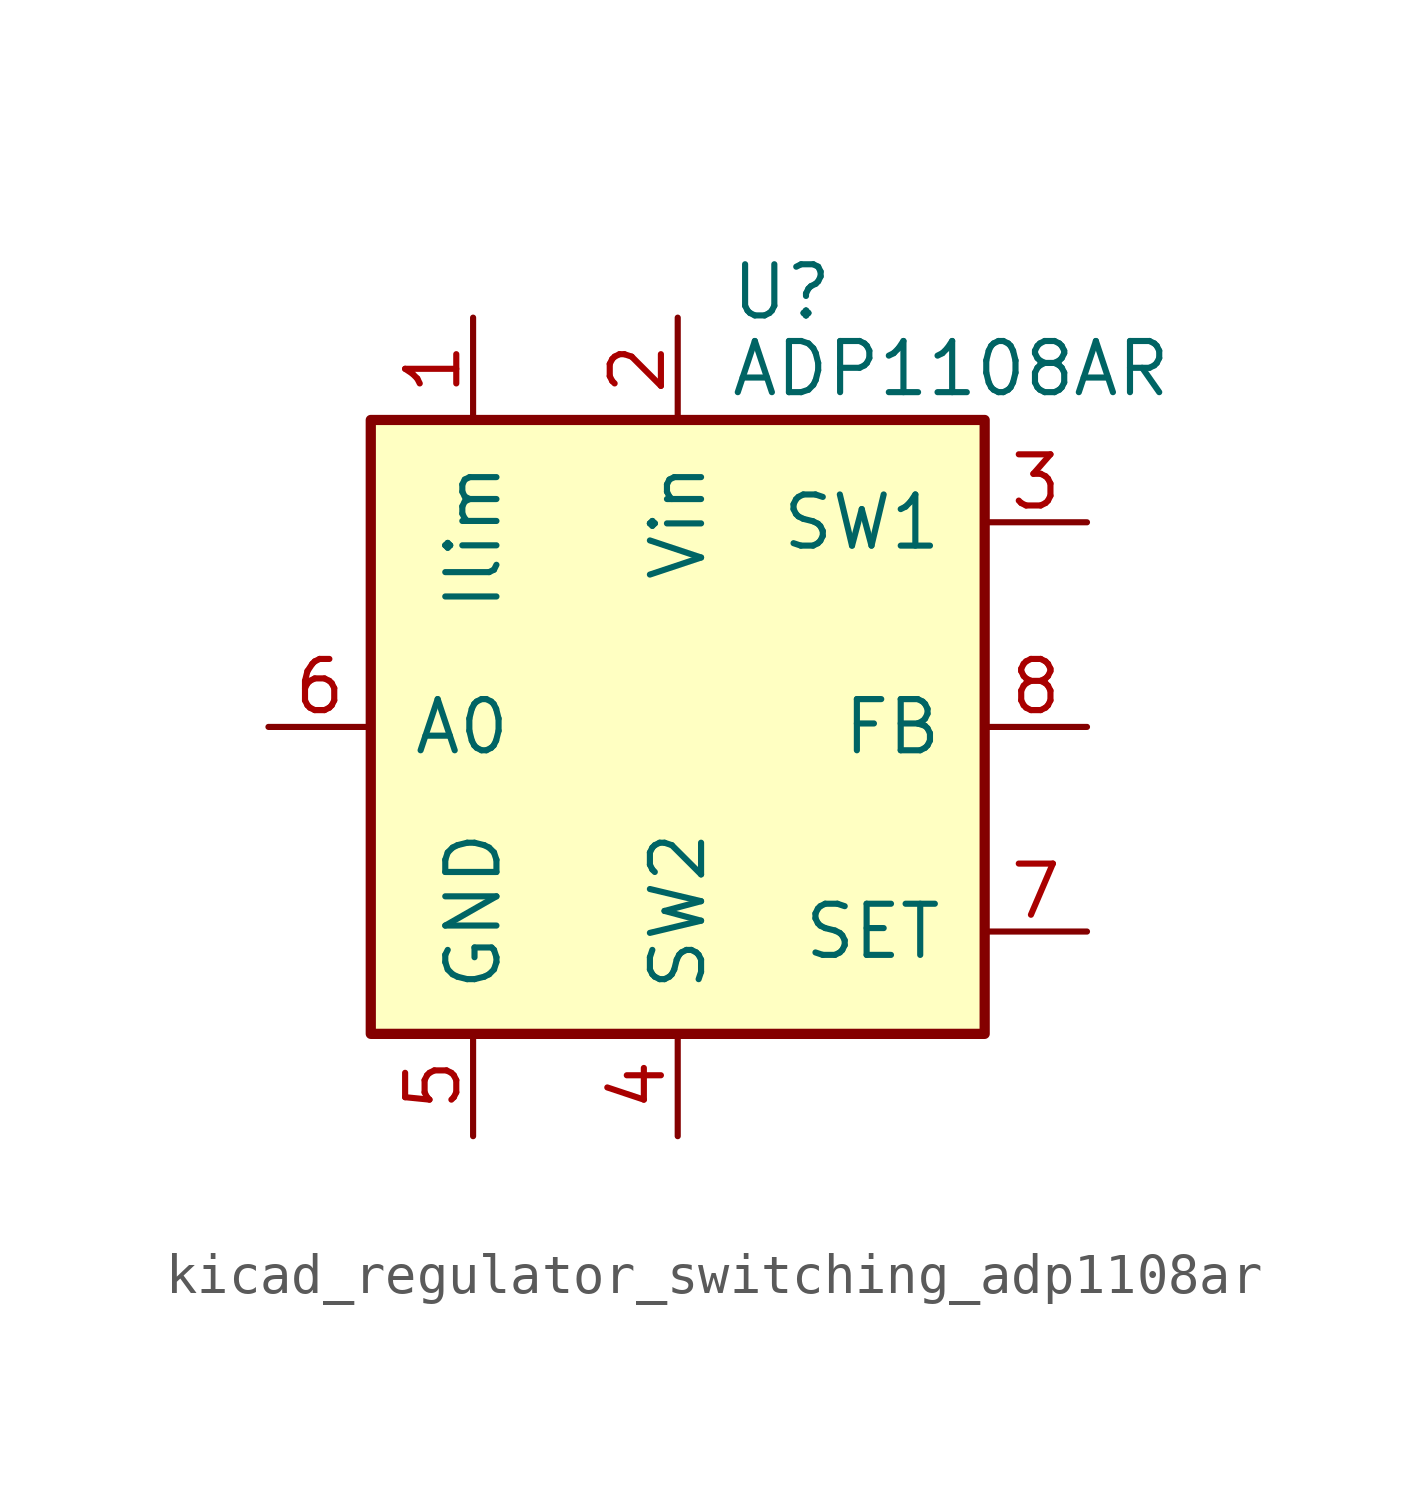
<source format=kicad_sym>
(kicad_symbol_lib
  (version 20220914)
  (generator kicad_symbol_editor)
  (symbol "kicad_regulator_switching_adp1108ar"
    (pin_names
      (offset 1.016))
    (property "Reference" "U"
      (at 1.27 10.795 0)
      (effects (font (size 1.27 1.27)) (justify left)))
    (property "Value" "ADP1108AR"
      (at 1.27 8.89 0)
      (effects (font (size 1.27 1.27)) (justify left)))
    (symbol "kicad_regulator_switching_adp1108ar_0_1"
      (rectangle (start -7.62 7.62) (end 7.62 -7.62) (stroke (width 0.254) (type default)) (fill (type background))))
    (symbol "kicad_regulator_switching_adp1108ar_1_1"
      (pin input line (at -5.08 10.16 270) (length 2.54) (name "Ilim" (effects (font (size 1.27 1.27)))) (number "1" (effects (font (size 1.27 1.27)))))
      (pin power_in line (at 0 10.16 270) (length 2.54) (name "Vin" (effects (font (size 1.27 1.27)))) (number "2" (effects (font (size 1.27 1.27)))))
      (pin input line (at 10.16 5.08 180) (length 2.54) (name "SW1" (effects (font (size 1.27 1.27)))) (number "3" (effects (font (size 1.27 1.27)))))
      (pin input line (at 0 -10.16 90) (length 2.54) (name "SW2" (effects (font (size 1.27 1.27)))) (number "4" (effects (font (size 1.27 1.27)))))
      (pin power_in line (at -5.08 -10.16 90) (length 2.54) (name "GND" (effects (font (size 1.27 1.27)))) (number "5" (effects (font (size 1.27 1.27)))))
      (pin output line (at -10.16 0 0) (length 2.54) (name "A0" (effects (font (size 1.27 1.27)))) (number "6" (effects (font (size 1.27 1.27)))))
      (pin input line (at 10.16 -5.08 180) (length 2.54) (name "SET" (effects (font (size 1.27 1.27)))) (number "7" (effects (font (size 1.27 1.27)))))
      (pin input line (at 10.16 0 180) (length 2.54) (name "FB" (effects (font (size 1.27 1.27)))) (number "8" (effects (font (size 1.27 1.27))))))))
</source>
